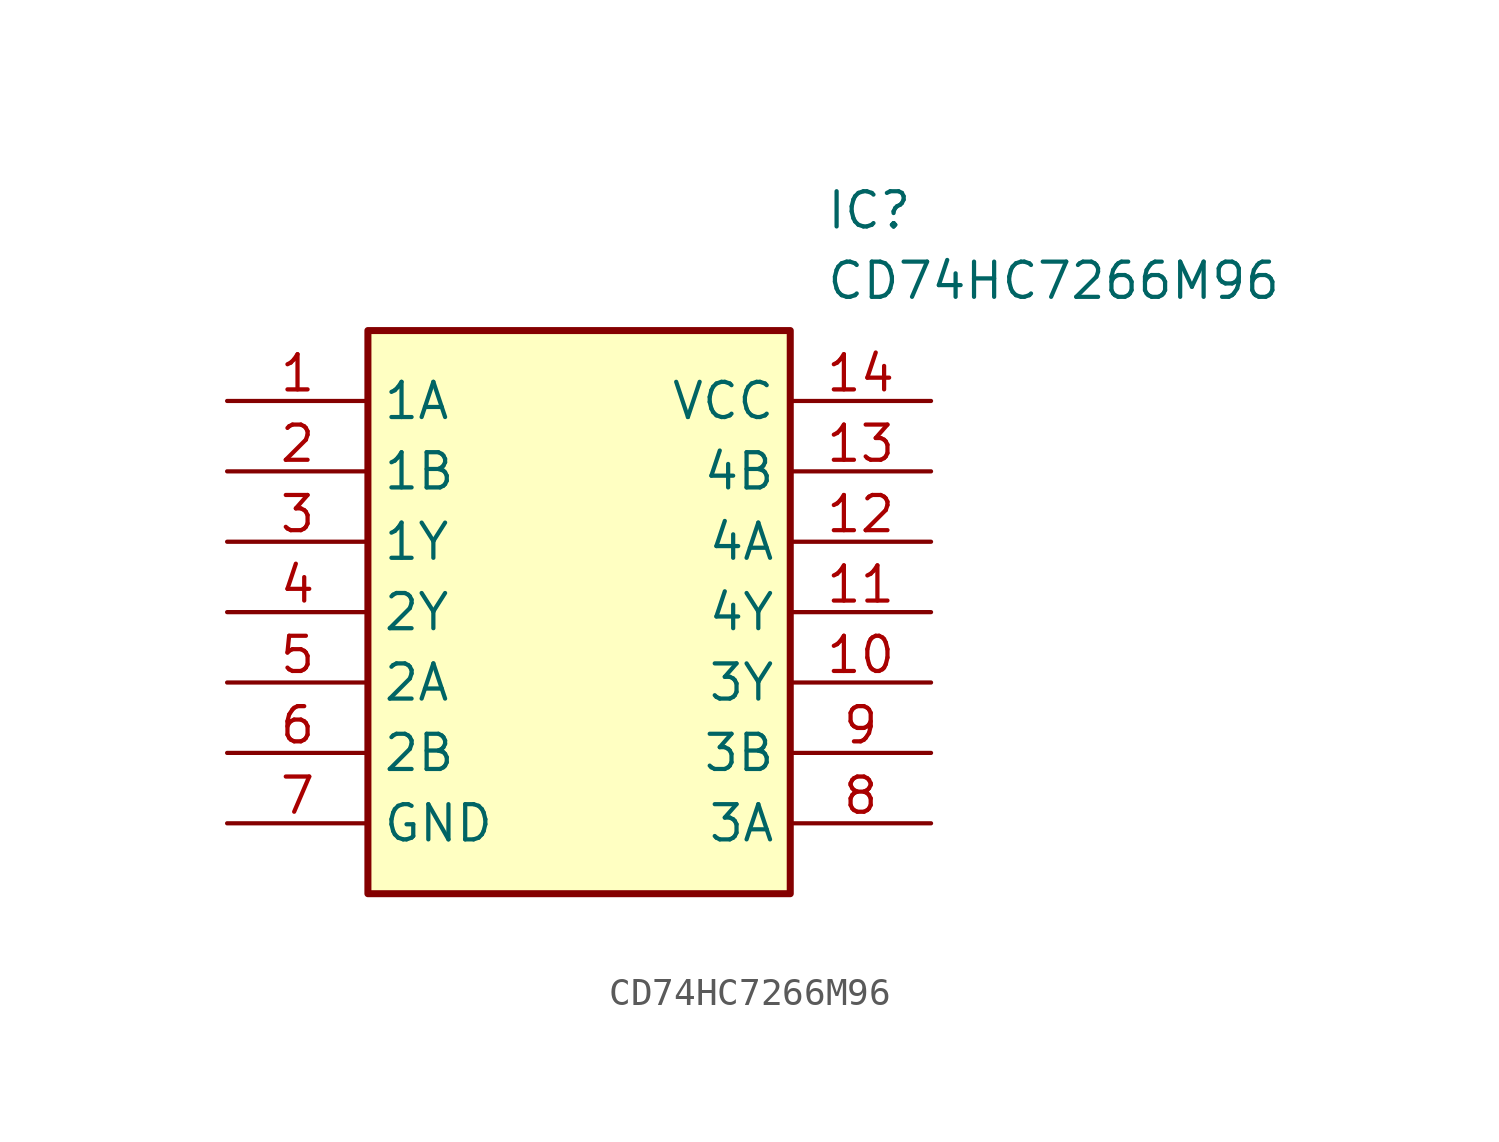
<source format=kicad_sym>
(kicad_symbol_lib
  (version 20241209)
  (generator "kicad_symbol_editor")
  (generator_version "9.0")
  (symbol "CD74HC7266M96"
    (property "Reference" "IC"
      (at 21.59 7.62 0)
      (effects (font (size 1.27 1.27)) (justify left top)))
    (property "Value" "CD74HC7266M96"
      (at 21.59 5.08 0)
      (effects (font (size 1.27 1.27)) (justify left top)))
    (symbol "CD74HC7266M96_1_1"
      (rectangle (start 5.08 2.54) (end 20.32 -17.78) (stroke (width 0.254) (type default)) (fill (type background)))
      (pin passive line (at 0 0 0) (length 5.08) (name "1A" (effects (font (size 1.27 1.27)))) (number "1" (effects (font (size 1.27 1.27)))))
      (pin passive line (at 0 -2.54 0) (length 5.08) (name "1B" (effects (font (size 1.27 1.27)))) (number "2" (effects (font (size 1.27 1.27)))))
      (pin passive line (at 0 -5.08 0) (length 5.08) (name "1Y" (effects (font (size 1.27 1.27)))) (number "3" (effects (font (size 1.27 1.27)))))
      (pin passive line (at 0 -7.62 0) (length 5.08) (name "2Y" (effects (font (size 1.27 1.27)))) (number "4" (effects (font (size 1.27 1.27)))))
      (pin passive line (at 0 -10.16 0) (length 5.08) (name "2A" (effects (font (size 1.27 1.27)))) (number "5" (effects (font (size 1.27 1.27)))))
      (pin passive line (at 0 -12.7 0) (length 5.08) (name "2B" (effects (font (size 1.27 1.27)))) (number "6" (effects (font (size 1.27 1.27)))))
      (pin passive line (at 0 -15.24 0) (length 5.08) (name "GND" (effects (font (size 1.27 1.27)))) (number "7" (effects (font (size 1.27 1.27)))))
      (pin passive line (at 25.4 0 180) (length 5.08) (name "VCC" (effects (font (size 1.27 1.27)))) (number "14" (effects (font (size 1.27 1.27)))))
      (pin passive line (at 25.4 -2.54 180) (length 5.08) (name "4B" (effects (font (size 1.27 1.27)))) (number "13" (effects (font (size 1.27 1.27)))))
      (pin passive line (at 25.4 -5.08 180) (length 5.08) (name "4A" (effects (font (size 1.27 1.27)))) (number "12" (effects (font (size 1.27 1.27)))))
      (pin passive line (at 25.4 -7.62 180) (length 5.08) (name "4Y" (effects (font (size 1.27 1.27)))) (number "11" (effects (font (size 1.27 1.27)))))
      (pin passive line (at 25.4 -10.16 180) (length 5.08) (name "3Y" (effects (font (size 1.27 1.27)))) (number "10" (effects (font (size 1.27 1.27)))))
      (pin passive line (at 25.4 -12.7 180) (length 5.08) (name "3B" (effects (font (size 1.27 1.27)))) (number "9" (effects (font (size 1.27 1.27)))))
      (pin passive line (at 25.4 -15.24 180) (length 5.08) (name "3A" (effects (font (size 1.27 1.27)))) (number "8" (effects (font (size 1.27 1.27))))))))
</source>
